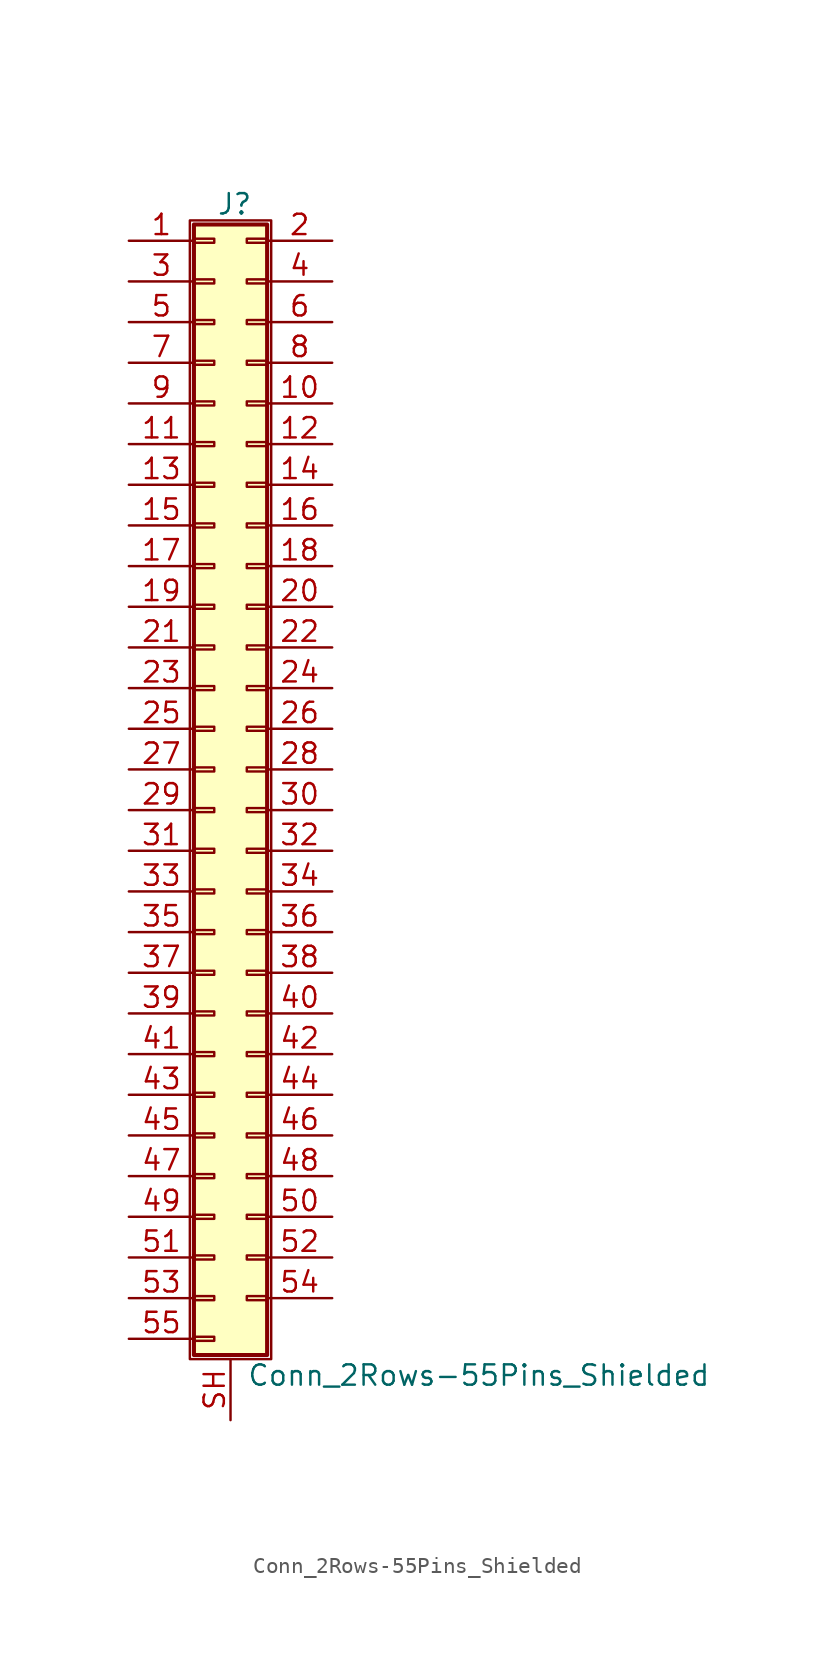
<source format=kicad_sym>
(kicad_symbol_lib
  (version 20201005)
  (generator kicad_symbol_editor)
  (symbol "Connector_Generic_Shielded:Conn_2Rows-55Pins_Shielded"
    (pin_names
      (offset 1.016) hide)
    (property "Reference" "J"
      (at 1.524 35.306 0)
      (effects (font (size 1.27 1.27))))
    (property "Value" "Conn_2Rows-55Pins_Shielded"
      (at 2.286 -37.846 0)
      (effects (font (size 1.27 1.27)) (justify left)))
    (symbol "Conn_2Rows-55Pins_Shielded_1_1"
      (rectangle (start -1.016 -27.813) (end 0.254 -28.067) (stroke (width 0.152)) (fill (type none)))
      (rectangle (start -1.016 -30.353) (end 0.254 -30.607) (stroke (width 0.152)) (fill (type none)))
      (rectangle (start -1.016 -32.893) (end 0.254 -33.147) (stroke (width 0.152)) (fill (type none)))
      (rectangle (start -1.016 -35.433) (end 0.254 -35.687) (stroke (width 0.152)) (fill (type none)))
      (rectangle (start -1.016 -4.953) (end 0.254 -5.207) (stroke (width 0.152)) (fill (type none)))
      (rectangle (start -1.016 -7.493) (end 0.254 -7.747) (stroke (width 0.152)) (fill (type none)))
      (rectangle (start -1.016 -10.033) (end 0.254 -10.287) (stroke (width 0.152)) (fill (type none)))
      (rectangle (start -1.016 -12.573) (end 0.254 -12.827) (stroke (width 0.152)) (fill (type none)))
      (rectangle (start -1.016 -15.113) (end 0.254 -15.367) (stroke (width 0.152)) (fill (type none)))
      (rectangle (start -1.016 -17.653) (end 0.254 -17.907) (stroke (width 0.152)) (fill (type none)))
      (rectangle (start -1.016 -20.193) (end 0.254 -20.447) (stroke (width 0.152)) (fill (type none)))
      (rectangle (start -1.016 -22.733) (end 0.254 -22.987) (stroke (width 0.152)) (fill (type none)))
      (rectangle (start -1.016 -2.413) (end 0.254 -2.667) (stroke (width 0.152)) (fill (type none)))
      (rectangle (start -1.016 -25.273) (end 0.254 -25.527) (stroke (width 0.152)) (fill (type none)))
      (rectangle (start -1.016 25.527) (end 0.254 25.273) (stroke (width 0.152)) (fill (type none)))
      (rectangle (start -1.016 2.667) (end 0.254 2.413) (stroke (width 0.152)) (fill (type none)))
      (rectangle (start -1.016 28.067) (end 0.254 27.813) (stroke (width 0.152)) (fill (type none)))
      (rectangle (start -1.016 30.607) (end 0.254 30.353) (stroke (width 0.152)) (fill (type none)))
      (rectangle (start -1.016 33.147) (end 0.254 32.893) (stroke (width 0.152)) (fill (type none)))
      (rectangle (start -1.016 34.036) (end 3.556 -36.576) (stroke (width 0.254)) (fill (type background)))
      (rectangle (start -1.016 5.207) (end 0.254 4.953) (stroke (width 0.152)) (fill (type none)))
      (rectangle (start -1.016 7.747) (end 0.254 7.493) (stroke (width 0.152)) (fill (type none)))
      (rectangle (start -1.016 10.287) (end 0.254 10.033) (stroke (width 0.152)) (fill (type none)))
      (rectangle (start -1.016 0.127) (end 0.254 -0.127) (stroke (width 0.152)) (fill (type none)))
      (rectangle (start -1.016 12.827) (end 0.254 12.573) (stroke (width 0.152)) (fill (type none)))
      (rectangle (start -1.016 15.367) (end 0.254 15.113) (stroke (width 0.152)) (fill (type none)))
      (rectangle (start -1.016 17.907) (end 0.254 17.653) (stroke (width 0.152)) (fill (type none)))
      (rectangle (start -1.016 20.447) (end 0.254 20.193) (stroke (width 0.152)) (fill (type none)))
      (rectangle (start -1.016 22.987) (end 0.254 22.733) (stroke (width 0.152)) (fill (type none)))
      (rectangle (start -1.27 34.29) (end 3.81 -36.83) (stroke (width 0.152)) (fill (type none)))
      (rectangle (start 3.556 -27.813) (end 2.286 -28.067) (stroke (width 0.152)) (fill (type none)))
      (rectangle (start 3.556 -30.353) (end 2.286 -30.607) (stroke (width 0.152)) (fill (type none)))
      (rectangle (start 3.556 -32.893) (end 2.286 -33.147) (stroke (width 0.152)) (fill (type none)))
      (rectangle (start 3.556 -4.953) (end 2.286 -5.207) (stroke (width 0.152)) (fill (type none)))
      (rectangle (start 3.556 -7.493) (end 2.286 -7.747) (stroke (width 0.152)) (fill (type none)))
      (rectangle (start 3.556 -10.033) (end 2.286 -10.287) (stroke (width 0.152)) (fill (type none)))
      (rectangle (start 3.556 -12.573) (end 2.286 -12.827) (stroke (width 0.152)) (fill (type none)))
      (rectangle (start 3.556 -15.113) (end 2.286 -15.367) (stroke (width 0.152)) (fill (type none)))
      (rectangle (start 3.556 -17.653) (end 2.286 -17.907) (stroke (width 0.152)) (fill (type none)))
      (rectangle (start 3.556 -20.193) (end 2.286 -20.447) (stroke (width 0.152)) (fill (type none)))
      (rectangle (start 3.556 -22.733) (end 2.286 -22.987) (stroke (width 0.152)) (fill (type none)))
      (rectangle (start 3.556 -2.413) (end 2.286 -2.667) (stroke (width 0.152)) (fill (type none)))
      (rectangle (start 3.556 -25.273) (end 2.286 -25.527) (stroke (width 0.152)) (fill (type none)))
      (rectangle (start 3.556 25.527) (end 2.286 25.273) (stroke (width 0.152)) (fill (type none)))
      (rectangle (start 3.556 2.667) (end 2.286 2.413) (stroke (width 0.152)) (fill (type none)))
      (rectangle (start 3.556 28.067) (end 2.286 27.813) (stroke (width 0.152)) (fill (type none)))
      (rectangle (start 3.556 30.607) (end 2.286 30.353) (stroke (width 0.152)) (fill (type none)))
      (rectangle (start 3.556 33.147) (end 2.286 32.893) (stroke (width 0.152)) (fill (type none)))
      (rectangle (start 3.556 5.207) (end 2.286 4.953) (stroke (width 0.152)) (fill (type none)))
      (rectangle (start 3.556 7.747) (end 2.286 7.493) (stroke (width 0.152)) (fill (type none)))
      (rectangle (start 3.556 10.287) (end 2.286 10.033) (stroke (width 0.152)) (fill (type none)))
      (rectangle (start 3.556 0.127) (end 2.286 -0.127) (stroke (width 0.152)) (fill (type none)))
      (rectangle (start 3.556 12.827) (end 2.286 12.573) (stroke (width 0.152)) (fill (type none)))
      (rectangle (start 3.556 15.367) (end 2.286 15.113) (stroke (width 0.152)) (fill (type none)))
      (rectangle (start 3.556 17.907) (end 2.286 17.653) (stroke (width 0.152)) (fill (type none)))
      (rectangle (start 3.556 20.447) (end 2.286 20.193) (stroke (width 0.152)) (fill (type none)))
      (rectangle (start 3.556 22.987) (end 2.286 22.733) (stroke (width 0.152)) (fill (type none)))
      (pin passive line (at -5.08 33.02 0) (length 4.064) (name "Pin_1" (effects (font (size 1.27 1.27)))) (number "1" (effects (font (size 1.27 1.27)))))
      (pin passive line (at 7.62 22.86 180) (length 4.064) (name "Pin_10" (effects (font (size 1.27 1.27)))) (number "10" (effects (font (size 1.27 1.27)))))
      (pin passive line (at -5.08 20.32 0) (length 4.064) (name "Pin_11" (effects (font (size 1.27 1.27)))) (number "11" (effects (font (size 1.27 1.27)))))
      (pin passive line (at 7.62 20.32 180) (length 4.064) (name "Pin_12" (effects (font (size 1.27 1.27)))) (number "12" (effects (font (size 1.27 1.27)))))
      (pin passive line (at -5.08 17.78 0) (length 4.064) (name "Pin_13" (effects (font (size 1.27 1.27)))) (number "13" (effects (font (size 1.27 1.27)))))
      (pin passive line (at 7.62 17.78 180) (length 4.064) (name "Pin_14" (effects (font (size 1.27 1.27)))) (number "14" (effects (font (size 1.27 1.27)))))
      (pin passive line (at -5.08 15.24 0) (length 4.064) (name "Pin_15" (effects (font (size 1.27 1.27)))) (number "15" (effects (font (size 1.27 1.27)))))
      (pin passive line (at 7.62 15.24 180) (length 4.064) (name "Pin_16" (effects (font (size 1.27 1.27)))) (number "16" (effects (font (size 1.27 1.27)))))
      (pin passive line (at -5.08 12.7 0) (length 4.064) (name "Pin_17" (effects (font (size 1.27 1.27)))) (number "17" (effects (font (size 1.27 1.27)))))
      (pin passive line (at 7.62 12.7 180) (length 4.064) (name "Pin_18" (effects (font (size 1.27 1.27)))) (number "18" (effects (font (size 1.27 1.27)))))
      (pin passive line (at -5.08 10.16 0) (length 4.064) (name "Pin_19" (effects (font (size 1.27 1.27)))) (number "19" (effects (font (size 1.27 1.27)))))
      (pin passive line (at 7.62 33.02 180) (length 4.064) (name "Pin_2" (effects (font (size 1.27 1.27)))) (number "2" (effects (font (size 1.27 1.27)))))
      (pin passive line (at 7.62 10.16 180) (length 4.064) (name "Pin_20" (effects (font (size 1.27 1.27)))) (number "20" (effects (font (size 1.27 1.27)))))
      (pin passive line (at -5.08 7.62 0) (length 4.064) (name "Pin_21" (effects (font (size 1.27 1.27)))) (number "21" (effects (font (size 1.27 1.27)))))
      (pin passive line (at 7.62 7.62 180) (length 4.064) (name "Pin_22" (effects (font (size 1.27 1.27)))) (number "22" (effects (font (size 1.27 1.27)))))
      (pin passive line (at -5.08 5.08 0) (length 4.064) (name "Pin_23" (effects (font (size 1.27 1.27)))) (number "23" (effects (font (size 1.27 1.27)))))
      (pin passive line (at 7.62 5.08 180) (length 4.064) (name "Pin_24" (effects (font (size 1.27 1.27)))) (number "24" (effects (font (size 1.27 1.27)))))
      (pin passive line (at -5.08 2.54 0) (length 4.064) (name "Pin_25" (effects (font (size 1.27 1.27)))) (number "25" (effects (font (size 1.27 1.27)))))
      (pin passive line (at 7.62 2.54 180) (length 4.064) (name "Pin_26" (effects (font (size 1.27 1.27)))) (number "26" (effects (font (size 1.27 1.27)))))
      (pin passive line (at -5.08 0 0) (length 4.064) (name "Pin_27" (effects (font (size 1.27 1.27)))) (number "27" (effects (font (size 1.27 1.27)))))
      (pin passive line (at 7.62 0 180) (length 4.064) (name "Pin_28" (effects (font (size 1.27 1.27)))) (number "28" (effects (font (size 1.27 1.27)))))
      (pin passive line (at -5.08 -2.54 0) (length 4.064) (name "Pin_29" (effects (font (size 1.27 1.27)))) (number "29" (effects (font (size 1.27 1.27)))))
      (pin passive line (at -5.08 30.48 0) (length 4.064) (name "Pin_3" (effects (font (size 1.27 1.27)))) (number "3" (effects (font (size 1.27 1.27)))))
      (pin passive line (at 7.62 -2.54 180) (length 4.064) (name "Pin_30" (effects (font (size 1.27 1.27)))) (number "30" (effects (font (size 1.27 1.27)))))
      (pin passive line (at -5.08 -5.08 0) (length 4.064) (name "Pin_31" (effects (font (size 1.27 1.27)))) (number "31" (effects (font (size 1.27 1.27)))))
      (pin passive line (at 7.62 -5.08 180) (length 4.064) (name "Pin_32" (effects (font (size 1.27 1.27)))) (number "32" (effects (font (size 1.27 1.27)))))
      (pin passive line (at -5.08 -7.62 0) (length 4.064) (name "Pin_33" (effects (font (size 1.27 1.27)))) (number "33" (effects (font (size 1.27 1.27)))))
      (pin passive line (at 7.62 -7.62 180) (length 4.064) (name "Pin_34" (effects (font (size 1.27 1.27)))) (number "34" (effects (font (size 1.27 1.27)))))
      (pin passive line (at -5.08 -10.16 0) (length 4.064) (name "Pin_35" (effects (font (size 1.27 1.27)))) (number "35" (effects (font (size 1.27 1.27)))))
      (pin passive line (at 7.62 -10.16 180) (length 4.064) (name "Pin_36" (effects (font (size 1.27 1.27)))) (number "36" (effects (font (size 1.27 1.27)))))
      (pin passive line (at -5.08 -12.7 0) (length 4.064) (name "Pin_37" (effects (font (size 1.27 1.27)))) (number "37" (effects (font (size 1.27 1.27)))))
      (pin passive line (at 7.62 -12.7 180) (length 4.064) (name "Pin_38" (effects (font (size 1.27 1.27)))) (number "38" (effects (font (size 1.27 1.27)))))
      (pin passive line (at -5.08 -15.24 0) (length 4.064) (name "Pin_39" (effects (font (size 1.27 1.27)))) (number "39" (effects (font (size 1.27 1.27)))))
      (pin passive line (at 7.62 30.48 180) (length 4.064) (name "Pin_4" (effects (font (size 1.27 1.27)))) (number "4" (effects (font (size 1.27 1.27)))))
      (pin passive line (at 7.62 -15.24 180) (length 4.064) (name "Pin_40" (effects (font (size 1.27 1.27)))) (number "40" (effects (font (size 1.27 1.27)))))
      (pin passive line (at -5.08 -17.78 0) (length 4.064) (name "Pin_41" (effects (font (size 1.27 1.27)))) (number "41" (effects (font (size 1.27 1.27)))))
      (pin passive line (at 7.62 -17.78 180) (length 4.064) (name "Pin_42" (effects (font (size 1.27 1.27)))) (number "42" (effects (font (size 1.27 1.27)))))
      (pin passive line (at -5.08 -20.32 0) (length 4.064) (name "Pin_43" (effects (font (size 1.27 1.27)))) (number "43" (effects (font (size 1.27 1.27)))))
      (pin passive line (at 7.62 -20.32 180) (length 4.064) (name "Pin_44" (effects (font (size 1.27 1.27)))) (number "44" (effects (font (size 1.27 1.27)))))
      (pin passive line (at -5.08 -22.86 0) (length 4.064) (name "Pin_45" (effects (font (size 1.27 1.27)))) (number "45" (effects (font (size 1.27 1.27)))))
      (pin passive line (at 7.62 -22.86 180) (length 4.064) (name "Pin_46" (effects (font (size 1.27 1.27)))) (number "46" (effects (font (size 1.27 1.27)))))
      (pin passive line (at -5.08 -25.4 0) (length 4.064) (name "Pin_47" (effects (font (size 1.27 1.27)))) (number "47" (effects (font (size 1.27 1.27)))))
      (pin passive line (at 7.62 -25.4 180) (length 4.064) (name "Pin_48" (effects (font (size 1.27 1.27)))) (number "48" (effects (font (size 1.27 1.27)))))
      (pin passive line (at -5.08 -27.94 0) (length 4.064) (name "Pin_49" (effects (font (size 1.27 1.27)))) (number "49" (effects (font (size 1.27 1.27)))))
      (pin passive line (at -5.08 27.94 0) (length 4.064) (name "Pin_5" (effects (font (size 1.27 1.27)))) (number "5" (effects (font (size 1.27 1.27)))))
      (pin passive line (at 7.62 -27.94 180) (length 4.064) (name "Pin_50" (effects (font (size 1.27 1.27)))) (number "50" (effects (font (size 1.27 1.27)))))
      (pin passive line (at -5.08 -30.48 0) (length 4.064) (name "Pin_51" (effects (font (size 1.27 1.27)))) (number "51" (effects (font (size 1.27 1.27)))))
      (pin passive line (at 7.62 -30.48 180) (length 4.064) (name "Pin_52" (effects (font (size 1.27 1.27)))) (number "52" (effects (font (size 1.27 1.27)))))
      (pin passive line (at -5.08 -33.02 0) (length 4.064) (name "Pin_53" (effects (font (size 1.27 1.27)))) (number "53" (effects (font (size 1.27 1.27)))))
      (pin passive line (at 7.62 -33.02 180) (length 4.064) (name "Pin_54" (effects (font (size 1.27 1.27)))) (number "54" (effects (font (size 1.27 1.27)))))
      (pin passive line (at -5.08 -35.56 0) (length 4.064) (name "Pin_55" (effects (font (size 1.27 1.27)))) (number "55" (effects (font (size 1.27 1.27)))))
      (pin passive line (at 7.62 27.94 180) (length 4.064) (name "Pin_6" (effects (font (size 1.27 1.27)))) (number "6" (effects (font (size 1.27 1.27)))))
      (pin passive line (at -5.08 25.4 0) (length 4.064) (name "Pin_7" (effects (font (size 1.27 1.27)))) (number "7" (effects (font (size 1.27 1.27)))))
      (pin passive line (at 7.62 25.4 180) (length 4.064) (name "Pin_8" (effects (font (size 1.27 1.27)))) (number "8" (effects (font (size 1.27 1.27)))))
      (pin passive line (at -5.08 22.86 0) (length 4.064) (name "Pin_9" (effects (font (size 1.27 1.27)))) (number "9" (effects (font (size 1.27 1.27)))))
      (pin passive line (at 1.27 -40.64 90) (length 3.81) (name "Shield" (effects (font (size 1.27 1.27)))) (number "SH" (effects (font (size 1.27 1.27))))))))
</source>
